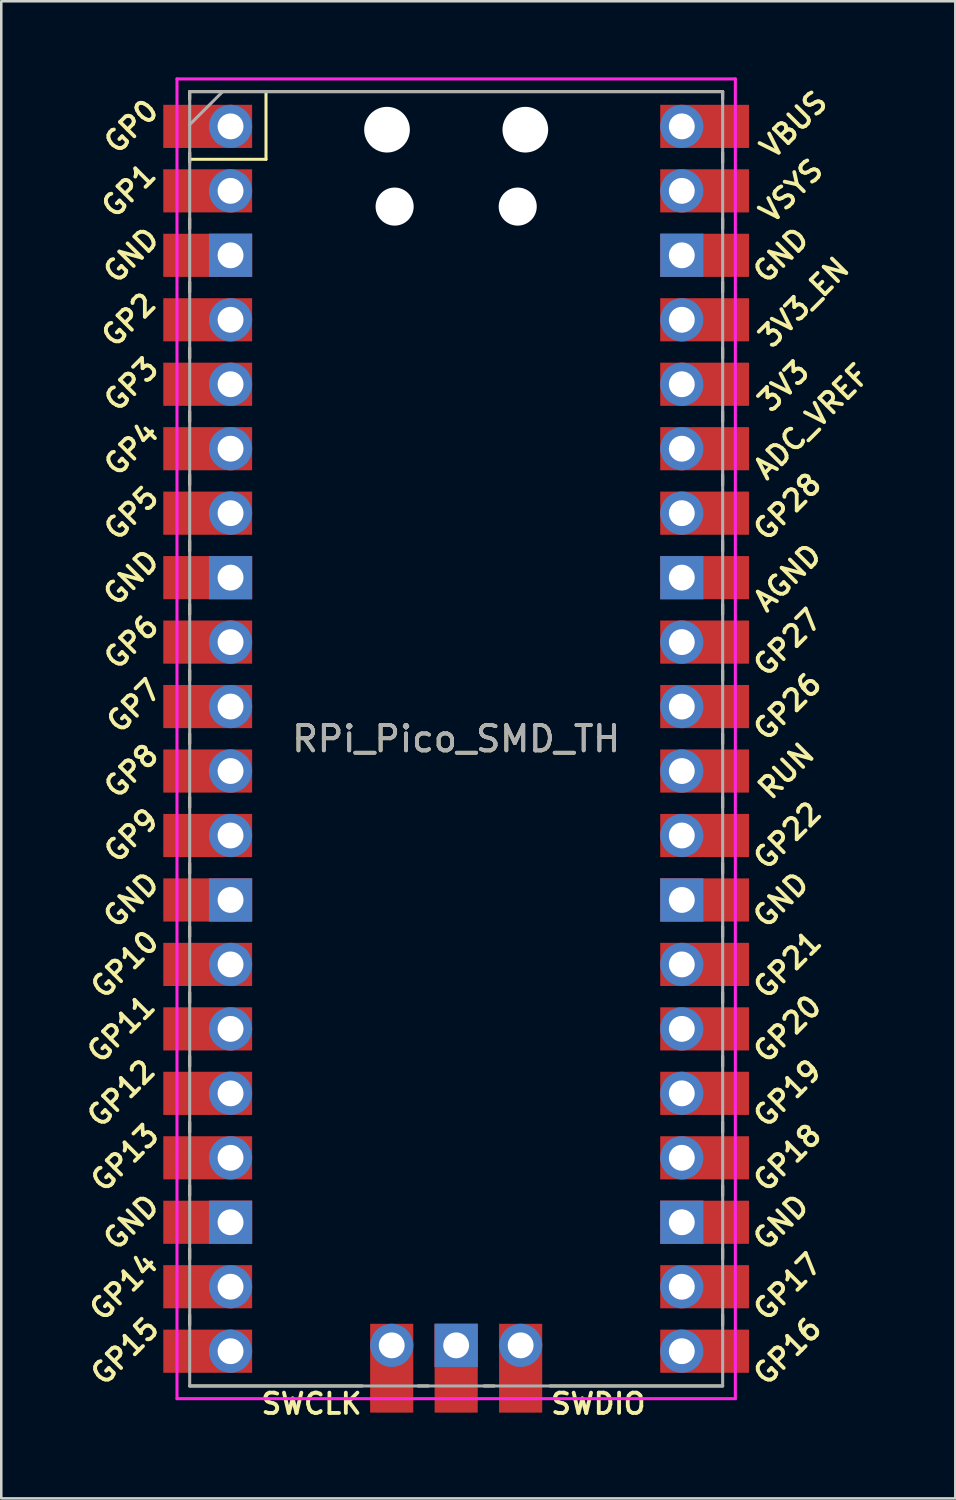
<source format=kicad_pcb>
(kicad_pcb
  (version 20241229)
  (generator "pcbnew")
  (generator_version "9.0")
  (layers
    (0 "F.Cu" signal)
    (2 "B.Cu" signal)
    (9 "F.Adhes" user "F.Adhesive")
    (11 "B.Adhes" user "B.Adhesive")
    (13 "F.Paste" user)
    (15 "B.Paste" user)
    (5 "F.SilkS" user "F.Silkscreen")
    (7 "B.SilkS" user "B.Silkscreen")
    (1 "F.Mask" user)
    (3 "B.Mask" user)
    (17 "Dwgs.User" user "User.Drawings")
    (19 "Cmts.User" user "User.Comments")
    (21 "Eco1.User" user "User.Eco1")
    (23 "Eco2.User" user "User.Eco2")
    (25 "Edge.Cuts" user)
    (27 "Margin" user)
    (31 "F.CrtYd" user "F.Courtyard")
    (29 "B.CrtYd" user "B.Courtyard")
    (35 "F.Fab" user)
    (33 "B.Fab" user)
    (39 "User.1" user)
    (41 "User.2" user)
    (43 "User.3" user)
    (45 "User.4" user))
  (footprint "RPi_Pico_SMD_TH"
    (layer "F.Cu")
    (at 14.924 26.06)
    (property "Reference" "RPi_Pico_SMD_TH" (at 0 0 0) (layer "F.SilkS") (effects (font (size 1 1) (thickness 0.15))))
    (attr through_hole)
    (fp_line (start -10.5 -25.5) (end -10.5 -25.2) (stroke (width 0.12) (type solid)) (layer "F.SilkS"))
    (fp_line (start -10.5 -25.5) (end 10.5 -25.5) (stroke (width 0.12) (type solid)) (layer "F.SilkS"))
    (fp_line (start -10.5 -23.1) (end -10.5 -22.7) (stroke (width 0.12) (type solid)) (layer "F.SilkS"))
    (fp_line (start -10.5 -22.833) (end -7.493 -22.833) (stroke (width 0.12) (type solid)) (layer "F.SilkS"))
    (fp_line (start -10.5 -20.5) (end -10.5 -20.1) (stroke (width 0.12) (type solid)) (layer "F.SilkS"))
    (fp_line (start -10.5 -18) (end -10.5 -17.6) (stroke (width 0.12) (type solid)) (layer "F.SilkS"))
    (fp_line (start -10.5 -15.4) (end -10.5 -15) (stroke (width 0.12) (type solid)) (layer "F.SilkS"))
    (fp_line (start -10.5 -12.9) (end -10.5 -12.5) (stroke (width 0.12) (type solid)) (layer "F.SilkS"))
    (fp_line (start -10.5 -10.4) (end -10.5 -10) (stroke (width 0.12) (type solid)) (layer "F.SilkS"))
    (fp_line (start -10.5 -7.8) (end -10.5 -7.4) (stroke (width 0.12) (type solid)) (layer "F.SilkS"))
    (fp_line (start -10.5 -5.3) (end -10.5 -4.9) (stroke (width 0.12) (type solid)) (layer "F.SilkS"))
    (fp_line (start -10.5 -2.7) (end -10.5 -2.3) (stroke (width 0.12) (type solid)) (layer "F.SilkS"))
    (fp_line (start -10.5 -0.2) (end -10.5 0.2) (stroke (width 0.12) (type solid)) (layer "F.SilkS"))
    (fp_line (start -10.5 2.3) (end -10.5 2.7) (stroke (width 0.12) (type solid)) (layer "F.SilkS"))
    (fp_line (start -10.5 4.9) (end -10.5 5.3) (stroke (width 0.12) (type solid)) (layer "F.SilkS"))
    (fp_line (start -10.5 7.4) (end -10.5 7.8) (stroke (width 0.12) (type solid)) (layer "F.SilkS"))
    (fp_line (start -10.5 10) (end -10.5 10.4) (stroke (width 0.12) (type solid)) (layer "F.SilkS"))
    (fp_line (start -10.5 12.5) (end -10.5 12.9) (stroke (width 0.12) (type solid)) (layer "F.SilkS"))
    (fp_line (start -10.5 15.1) (end -10.5 15.5) (stroke (width 0.12) (type solid)) (layer "F.SilkS"))
    (fp_line (start -10.5 17.6) (end -10.5 18) (stroke (width 0.12) (type solid)) (layer "F.SilkS"))
    (fp_line (start -10.5 20.1) (end -10.5 20.5) (stroke (width 0.12) (type solid)) (layer "F.SilkS"))
    (fp_line (start -10.5 22.7) (end -10.5 23.1) (stroke (width 0.12) (type solid)) (layer "F.SilkS"))
    (fp_line (start -7.493 -22.833) (end -7.493 -25.5) (stroke (width 0.12) (type solid)) (layer "F.SilkS"))
    (fp_line (start -3.7 25.5) (end -10.5 25.5) (stroke (width 0.12) (type solid)) (layer "F.SilkS"))
    (fp_line (start -1.5 25.5) (end -1.1 25.5) (stroke (width 0.12) (type solid)) (layer "F.SilkS"))
    (fp_line (start 1.1 25.5) (end 1.5 25.5) (stroke (width 0.12) (type solid)) (layer "F.SilkS"))
    (fp_line (start 10.5 -25.5) (end 10.5 -25.2) (stroke (width 0.12) (type solid)) (layer "F.SilkS"))
    (fp_line (start 10.5 -23.1) (end 10.5 -22.7) (stroke (width 0.12) (type solid)) (layer "F.SilkS"))
    (fp_line (start 10.5 -20.5) (end 10.5 -20.1) (stroke (width 0.12) (type solid)) (layer "F.SilkS"))
    (fp_line (start 10.5 -18) (end 10.5 -17.6) (stroke (width 0.12) (type solid)) (layer "F.SilkS"))
    (fp_line (start 10.5 -15.4) (end 10.5 -15) (stroke (width 0.12) (type solid)) (layer "F.SilkS"))
    (fp_line (start 10.5 -12.9) (end 10.5 -12.5) (stroke (width 0.12) (type solid)) (layer "F.SilkS"))
    (fp_line (start 10.5 -10.4) (end 10.5 -10) (stroke (width 0.12) (type solid)) (layer "F.SilkS"))
    (fp_line (start 10.5 -7.8) (end 10.5 -7.4) (stroke (width 0.12) (type solid)) (layer "F.SilkS"))
    (fp_line (start 10.5 -5.3) (end 10.5 -4.9) (stroke (width 0.12) (type solid)) (layer "F.SilkS"))
    (fp_line (start 10.5 -2.7) (end 10.5 -2.3) (stroke (width 0.12) (type solid)) (layer "F.SilkS"))
    (fp_line (start 10.5 -0.2) (end 10.5 0.2) (stroke (width 0.12) (type solid)) (layer "F.SilkS"))
    (fp_line (start 10.5 2.3) (end 10.5 2.7) (stroke (width 0.12) (type solid)) (layer "F.SilkS"))
    (fp_line (start 10.5 4.9) (end 10.5 5.3) (stroke (width 0.12) (type solid)) (layer "F.SilkS"))
    (fp_line (start 10.5 7.4) (end 10.5 7.8) (stroke (width 0.12) (type solid)) (layer "F.SilkS"))
    (fp_line (start 10.5 10) (end 10.5 10.4) (stroke (width 0.12) (type solid)) (layer "F.SilkS"))
    (fp_line (start 10.5 12.5) (end 10.5 12.9) (stroke (width 0.12) (type solid)) (layer "F.SilkS"))
    (fp_line (start 10.5 15.1) (end 10.5 15.5) (stroke (width 0.12) (type solid)) (layer "F.SilkS"))
    (fp_line (start 10.5 17.6) (end 10.5 18) (stroke (width 0.12) (type solid)) (layer "F.SilkS"))
    (fp_line (start 10.5 20.1) (end 10.5 20.5) (stroke (width 0.12) (type solid)) (layer "F.SilkS"))
    (fp_line (start 10.5 22.7) (end 10.5 23.1) (stroke (width 0.12) (type solid)) (layer "F.SilkS"))
    (fp_line (start 10.5 25.5) (end 3.7 25.5) (stroke (width 0.12) (type solid)) (layer "F.SilkS"))
    (fp_line (start -11 -26) (end 11 -26) (stroke (width 0.12) (type solid)) (layer "F.CrtYd"))
    (fp_line (start -11 26) (end -11 -26) (stroke (width 0.12) (type solid)) (layer "F.CrtYd"))
    (fp_line (start 11 -26) (end 11 26) (stroke (width 0.12) (type solid)) (layer "F.CrtYd"))
    (fp_line (start 11 26) (end -11 26) (stroke (width 0.12) (type solid)) (layer "F.CrtYd"))
    (fp_line (start -10.5 -25.5) (end 10.5 -25.5) (stroke (width 0.12) (type solid)) (layer "F.Fab"))
    (fp_line (start -10.5 -24.2) (end -9.2 -25.5) (stroke (width 0.12) (type solid)) (layer "F.Fab"))
    (fp_line (start -10.5 25.5) (end -10.5 -25.5) (stroke (width 0.12) (type solid)) (layer "F.Fab"))
    (fp_line (start 10.5 -25.5) (end 10.5 25.5) (stroke (width 0.12) (type solid)) (layer "F.Fab"))
    (fp_line (start 10.5 25.5) (end -10.5 25.5) (stroke (width 0.12) (type solid)) (layer "F.Fab"))
    (fp_text user "GP8" (at -12.8 1.27 45) (layer "F.SilkS") (effects (font (size 0.8 0.8) (thickness 0.15))))
    (fp_text user "GND" (at -12.8 6.35 45) (layer "F.SilkS") (effects (font (size 0.8 0.8) (thickness 0.15))))
    (fp_text user "GP1" (at -12.9 -21.6 45) (layer "F.SilkS") (effects (font (size 0.8 0.8) (thickness 0.15))))
    (fp_text user "3V3_EN" (at 13.7 -17.2 45) (layer "F.SilkS") (effects (font (size 0.8 0.8) (thickness 0.15))))
    (fp_text user "GP10" (at -13.054 8.89 45) (layer "F.SilkS") (effects (font (size 0.8 0.8) (thickness 0.15))))
    (fp_text user "SWCLK" (at -5.7 26.2 0) (layer "F.SilkS") (effects (font (size 0.8 0.8) (thickness 0.15))))
    (fp_text user "VSYS" (at 13.2 -21.59 45) (layer "F.SilkS") (effects (font (size 0.8 0.8) (thickness 0.15))))
    (fp_text user "GP4" (at -12.8 -11.43 45) (layer "F.SilkS") (effects (font (size 0.8 0.8) (thickness 0.15))))
    (fp_text user "GND" (at -12.8 19.05 45) (layer "F.SilkS") (effects (font (size 0.8 0.8) (thickness 0.15))))
    (fp_text user "3V3" (at 12.9 -13.9 45) (layer "F.SilkS") (effects (font (size 0.8 0.8) (thickness 0.15))))
    (fp_text user "GP15" (at -13.054 24.13 45) (layer "F.SilkS") (effects (font (size 0.8 0.8) (thickness 0.15))))
    (fp_text user "GP22" (at 13.054 3.81 45) (layer "F.SilkS") (effects (font (size 0.8 0.8) (thickness 0.15))))
    (fp_text user "GP21" (at 13.054 8.9 45) (layer "F.SilkS") (effects (font (size 0.8 0.8) (thickness 0.15))))
    (fp_text user "VBUS" (at 13.3 -24.2 45) (layer "F.SilkS") (effects (font (size 0.8 0.8) (thickness 0.15))))
    (fp_text user "GP20" (at 13.054 11.43 45) (layer "F.SilkS") (effects (font (size 0.8 0.8) (thickness 0.15))))
    (fp_text user "GP27" (at 13.054 -3.8 45) (layer "F.SilkS") (effects (font (size 0.8 0.8) (thickness 0.15))))
    (fp_text user "GP2" (at -12.9 -16.51 45) (layer "F.SilkS") (effects (font (size 0.8 0.8) (thickness 0.15))))
    (fp_text user "GP3" (at -12.8 -13.97 45) (layer "F.SilkS") (effects (font (size 0.8 0.8) (thickness 0.15))))
    (fp_text user "GND" (at -12.8 -19.05 45) (layer "F.SilkS") (effects (font (size 0.8 0.8) (thickness 0.15))))
    (fp_text user "GND" (at 12.8 6.35 45) (layer "F.SilkS") (effects (font (size 0.8 0.8) (thickness 0.15))))
    (fp_text user "GP16" (at 13.054 24.13 45) (layer "F.SilkS") (effects (font (size 0.8 0.8) (thickness 0.15))))
    (fp_text user "GND" (at 12.8 -19.05 45) (layer "F.SilkS") (effects (font (size 0.8 0.8) (thickness 0.15))))
    (fp_text user "SWDIO" (at 5.6 26.2 0) (layer "F.SilkS") (effects (font (size 0.8 0.8) (thickness 0.15))))
    (fp_text user "GP12" (at -13.2 13.97 45) (layer "F.SilkS") (effects (font (size 0.8 0.8) (thickness 0.15))))
    (fp_text user "AGND" (at 13.054 -6.35 45) (layer "F.SilkS") (effects (font (size 0.8 0.8) (thickness 0.15))))
    (fp_text user "GP11" (at -13.2 11.43 45) (layer "F.SilkS") (effects (font (size 0.8 0.8) (thickness 0.15))))
    (fp_text user "GND" (at 12.8 19.05 45) (layer "F.SilkS") (effects (font (size 0.8 0.8) (thickness 0.15))))
    (fp_text user "RUN" (at 13 1.27 45) (layer "F.SilkS") (effects (font (size 0.8 0.8) (thickness 0.15))))
    (fp_text user "GP17" (at 13.054 21.59 45) (layer "F.SilkS") (effects (font (size 0.8 0.8) (thickness 0.15))))
    (fp_text user "GP9" (at -12.8 3.81 45) (layer "F.SilkS") (effects (font (size 0.8 0.8) (thickness 0.15))))
    (fp_text user "GND" (at -12.8 -6.35 45) (layer "F.SilkS") (effects (font (size 0.8 0.8) (thickness 0.15))))
    (fp_text user "GP6" (at -12.8 -3.81 45) (layer "F.SilkS") (effects (font (size 0.8 0.8) (thickness 0.15))))
    (fp_text user "GP19" (at 13.054 13.97 45) (layer "F.SilkS") (effects (font (size 0.8 0.8) (thickness 0.15))))
    (fp_text user "GP18" (at 13.054 16.51 45) (layer "F.SilkS") (effects (font (size 0.8 0.8) (thickness 0.15))))
    (fp_text user "GP7" (at -12.7 -1.3 45) (layer "F.SilkS") (effects (font (size 0.8 0.8) (thickness 0.15))))
    (fp_text user "GP13" (at -13.054 16.51 45) (layer "F.SilkS") (effects (font (size 0.8 0.8) (thickness 0.15))))
    (fp_text user "GP28" (at 13.054 -9.144 45) (layer "F.SilkS") (effects (font (size 0.8 0.8) (thickness 0.15))))
    (fp_text user "ADC_VREF" (at 14 -12.5 45) (layer "F.SilkS") (effects (font (size 0.8 0.8) (thickness 0.15))))
    (fp_text user "GP14" (at -13.1 21.59 45) (layer "F.SilkS") (effects (font (size 0.8 0.8) (thickness 0.15))))
    (fp_text user "GP26" (at 13.054 -1.27 45) (layer "F.SilkS") (effects (font (size 0.8 0.8) (thickness 0.15))))
    (fp_text user "GP0" (at -12.8 -24.13 45) (layer "F.SilkS") (effects (font (size 0.8 0.8) (thickness 0.15))))
    (fp_text user "GP5" (at -12.8 -8.89 45) (layer "F.SilkS") (effects (font (size 0.8 0.8) (thickness 0.15))))
    (fp_text user "${REFERENCE}" (at 0 0 180) (layer "F.Fab") (effects (font (size 1 1) (thickness 0.15))))
    (pad "" np_thru_hole circle (at -2.725 -24) (size 1.8 1.8) (drill 1.8) (layers "*.Cu" "*.Mask"))
    (pad "" np_thru_hole circle (at -2.425 -20.97) (size 1.5 1.5) (drill 1.5) (layers "*.Cu" "*.Mask"))
    (pad "" np_thru_hole circle (at 2.425 -20.97) (size 1.5 1.5) (drill 1.5) (layers "*.Cu" "*.Mask"))
    (pad "" np_thru_hole circle (at 2.725 -24) (size 1.8 1.8) (drill 1.8) (layers "*.Cu" "*.Mask"))
    (pad "1" thru_hole oval (at -8.89 -24.13) (size 1.7 1.7) (drill 1.02) (layers "*.Cu" "*.Mask"))
    (pad "1" smd rect (at -8.89 -24.13) (size 3.5 1.7) (drill (offset -0.9 0)) (layers "F.Cu" "F.Mask"))
    (pad "2" thru_hole oval (at -8.89 -21.59) (size 1.7 1.7) (drill 1.02) (layers "*.Cu" "*.Mask"))
    (pad "2" smd rect (at -8.89 -21.59) (size 3.5 1.7) (drill (offset -0.9 0)) (layers "F.Cu" "F.Mask"))
    (pad "3" thru_hole rect (at -8.89 -19.05) (size 1.7 1.7) (drill 1.02) (layers "*.Cu" "*.Mask"))
    (pad "3" smd rect (at -8.89 -19.05) (size 3.5 1.7) (drill (offset -0.9 0)) (layers "F.Cu" "F.Mask"))
    (pad "4" thru_hole oval (at -8.89 -16.51) (size 1.7 1.7) (drill 1.02) (layers "*.Cu" "*.Mask"))
    (pad "4" smd rect (at -8.89 -16.51) (size 3.5 1.7) (drill (offset -0.9 0)) (layers "F.Cu" "F.Mask"))
    (pad "5" thru_hole oval (at -8.89 -13.97) (size 1.7 1.7) (drill 1.02) (layers "*.Cu" "*.Mask"))
    (pad "5" smd rect (at -8.89 -13.97) (size 3.5 1.7) (drill (offset -0.9 0)) (layers "F.Cu" "F.Mask"))
    (pad "6" thru_hole oval (at -8.89 -11.43) (size 1.7 1.7) (drill 1.02) (layers "*.Cu" "*.Mask"))
    (pad "6" smd rect (at -8.89 -11.43) (size 3.5 1.7) (drill (offset -0.9 0)) (layers "F.Cu" "F.Mask"))
    (pad "7" thru_hole oval (at -8.89 -8.89) (size 1.7 1.7) (drill 1.02) (layers "*.Cu" "*.Mask"))
    (pad "7" smd rect (at -8.89 -8.89) (size 3.5 1.7) (drill (offset -0.9 0)) (layers "F.Cu" "F.Mask"))
    (pad "8" thru_hole rect (at -8.89 -6.35) (size 1.7 1.7) (drill 1.02) (layers "*.Cu" "*.Mask"))
    (pad "8" smd rect (at -8.89 -6.35) (size 3.5 1.7) (drill (offset -0.9 0)) (layers "F.Cu" "F.Mask"))
    (pad "9" thru_hole oval (at -8.89 -3.81) (size 1.7 1.7) (drill 1.02) (layers "*.Cu" "*.Mask"))
    (pad "9" smd rect (at -8.89 -3.81) (size 3.5 1.7) (drill (offset -0.9 0)) (layers "F.Cu" "F.Mask"))
    (pad "10" thru_hole oval (at -8.89 -1.27) (size 1.7 1.7) (drill 1.02) (layers "*.Cu" "*.Mask"))
    (pad "10" smd rect (at -8.89 -1.27) (size 3.5 1.7) (drill (offset -0.9 0)) (layers "F.Cu" "F.Mask"))
    (pad "11" thru_hole oval (at -8.89 1.27) (size 1.7 1.7) (drill 1.02) (layers "*.Cu" "*.Mask"))
    (pad "11" smd rect (at -8.89 1.27) (size 3.5 1.7) (drill (offset -0.9 0)) (layers "F.Cu" "F.Mask"))
    (pad "12" thru_hole oval (at -8.89 3.81) (size 1.7 1.7) (drill 1.02) (layers "*.Cu" "*.Mask"))
    (pad "12" smd rect (at -8.89 3.81) (size 3.5 1.7) (drill (offset -0.9 0)) (layers "F.Cu" "F.Mask"))
    (pad "13" thru_hole rect (at -8.89 6.35) (size 1.7 1.7) (drill 1.02) (layers "*.Cu" "*.Mask"))
    (pad "13" smd rect (at -8.89 6.35) (size 3.5 1.7) (drill (offset -0.9 0)) (layers "F.Cu" "F.Mask"))
    (pad "14" thru_hole oval (at -8.89 8.89) (size 1.7 1.7) (drill 1.02) (layers "*.Cu" "*.Mask"))
    (pad "14" smd rect (at -8.89 8.89) (size 3.5 1.7) (drill (offset -0.9 0)) (layers "F.Cu" "F.Mask"))
    (pad "15" thru_hole oval (at -8.89 11.43) (size 1.7 1.7) (drill 1.02) (layers "*.Cu" "*.Mask"))
    (pad "15" smd rect (at -8.89 11.43) (size 3.5 1.7) (drill (offset -0.9 0)) (layers "F.Cu" "F.Mask"))
    (pad "16" thru_hole oval (at -8.89 13.97) (size 1.7 1.7) (drill 1.02) (layers "*.Cu" "*.Mask"))
    (pad "16" smd rect (at -8.89 13.97) (size 3.5 1.7) (drill (offset -0.9 0)) (layers "F.Cu" "F.Mask"))
    (pad "17" thru_hole oval (at -8.89 16.51) (size 1.7 1.7) (drill 1.02) (layers "*.Cu" "*.Mask"))
    (pad "17" smd rect (at -8.89 16.51) (size 3.5 1.7) (drill (offset -0.9 0)) (layers "F.Cu" "F.Mask"))
    (pad "18" thru_hole rect (at -8.89 19.05) (size 1.7 1.7) (drill 1.02) (layers "*.Cu" "*.Mask"))
    (pad "18" smd rect (at -8.89 19.05) (size 3.5 1.7) (drill (offset -0.9 0)) (layers "F.Cu" "F.Mask"))
    (pad "19" thru_hole oval (at -8.89 21.59) (size 1.7 1.7) (drill 1.02) (layers "*.Cu" "*.Mask"))
    (pad "19" smd rect (at -8.89 21.59) (size 3.5 1.7) (drill (offset -0.9 0)) (layers "F.Cu" "F.Mask"))
    (pad "20" thru_hole oval (at -8.89 24.13) (size 1.7 1.7) (drill 1.02) (layers "*.Cu" "*.Mask"))
    (pad "20" smd rect (at -8.89 24.13) (size 3.5 1.7) (drill (offset -0.9 0)) (layers "F.Cu" "F.Mask"))
    (pad "21" thru_hole oval (at 8.89 24.13) (size 1.7 1.7) (drill 1.02) (layers "*.Cu" "*.Mask"))
    (pad "21" smd rect (at 8.89 24.13) (size 3.5 1.7) (drill (offset 0.9 0)) (layers "F.Cu" "F.Mask"))
    (pad "22" thru_hole oval (at 8.89 21.59) (size 1.7 1.7) (drill 1.02) (layers "*.Cu" "*.Mask"))
    (pad "22" smd rect (at 8.89 21.59) (size 3.5 1.7) (drill (offset 0.9 0)) (layers "F.Cu" "F.Mask"))
    (pad "23" thru_hole rect (at 8.89 19.05) (size 1.7 1.7) (drill 1.02) (layers "*.Cu" "*.Mask"))
    (pad "23" smd rect (at 8.89 19.05) (size 3.5 1.7) (drill (offset 0.9 0)) (layers "F.Cu" "F.Mask"))
    (pad "24" thru_hole oval (at 8.89 16.51) (size 1.7 1.7) (drill 1.02) (layers "*.Cu" "*.Mask"))
    (pad "24" smd rect (at 8.89 16.51) (size 3.5 1.7) (drill (offset 0.9 0)) (layers "F.Cu" "F.Mask"))
    (pad "25" thru_hole oval (at 8.89 13.97) (size 1.7 1.7) (drill 1.02) (layers "*.Cu" "*.Mask"))
    (pad "25" smd rect (at 8.89 13.97) (size 3.5 1.7) (drill (offset 0.9 0)) (layers "F.Cu" "F.Mask"))
    (pad "26" thru_hole oval (at 8.89 11.43) (size 1.7 1.7) (drill 1.02) (layers "*.Cu" "*.Mask"))
    (pad "26" smd rect (at 8.89 11.43) (size 3.5 1.7) (drill (offset 0.9 0)) (layers "F.Cu" "F.Mask"))
    (pad "27" thru_hole oval (at 8.89 8.89) (size 1.7 1.7) (drill 1.02) (layers "*.Cu" "*.Mask"))
    (pad "27" smd rect (at 8.89 8.89) (size 3.5 1.7) (drill (offset 0.9 0)) (layers "F.Cu" "F.Mask"))
    (pad "28" thru_hole rect (at 8.89 6.35) (size 1.7 1.7) (drill 1.02) (layers "*.Cu" "*.Mask"))
    (pad "28" smd rect (at 8.89 6.35) (size 3.5 1.7) (drill (offset 0.9 0)) (layers "F.Cu" "F.Mask"))
    (pad "29" thru_hole oval (at 8.89 3.81) (size 1.7 1.7) (drill 1.02) (layers "*.Cu" "*.Mask"))
    (pad "29" smd rect (at 8.89 3.81) (size 3.5 1.7) (drill (offset 0.9 0)) (layers "F.Cu" "F.Mask"))
    (pad "30" thru_hole oval (at 8.89 1.27) (size 1.7 1.7) (drill 1.02) (layers "*.Cu" "*.Mask"))
    (pad "30" smd rect (at 8.89 1.27) (size 3.5 1.7) (drill (offset 0.9 0)) (layers "F.Cu" "F.Mask"))
    (pad "31" thru_hole oval (at 8.89 -1.27) (size 1.7 1.7) (drill 1.02) (layers "*.Cu" "*.Mask"))
    (pad "31" smd rect (at 8.89 -1.27) (size 3.5 1.7) (drill (offset 0.9 0)) (layers "F.Cu" "F.Mask"))
    (pad "32" thru_hole oval (at 8.89 -3.81) (size 1.7 1.7) (drill 1.02) (layers "*.Cu" "*.Mask"))
    (pad "32" smd rect (at 8.89 -3.81) (size 3.5 1.7) (drill (offset 0.9 0)) (layers "F.Cu" "F.Mask"))
    (pad "33" thru_hole rect (at 8.89 -6.35) (size 1.7 1.7) (drill 1.02) (layers "*.Cu" "*.Mask"))
    (pad "33" smd rect (at 8.89 -6.35) (size 3.5 1.7) (drill (offset 0.9 0)) (layers "F.Cu" "F.Mask"))
    (pad "34" thru_hole oval (at 8.89 -8.89) (size 1.7 1.7) (drill 1.02) (layers "*.Cu" "*.Mask"))
    (pad "34" smd rect (at 8.89 -8.89) (size 3.5 1.7) (drill (offset 0.9 0)) (layers "F.Cu" "F.Mask"))
    (pad "35" thru_hole oval (at 8.89 -11.43) (size 1.7 1.7) (drill 1.02) (layers "*.Cu" "*.Mask"))
    (pad "35" smd rect (at 8.89 -11.43) (size 3.5 1.7) (drill (offset 0.9 0)) (layers "F.Cu" "F.Mask"))
    (pad "36" thru_hole oval (at 8.89 -13.97) (size 1.7 1.7) (drill 1.02) (layers "*.Cu" "*.Mask"))
    (pad "36" smd rect (at 8.89 -13.97) (size 3.5 1.7) (drill (offset 0.9 0)) (layers "F.Cu" "F.Mask"))
    (pad "37" thru_hole oval (at 8.89 -16.51) (size 1.7 1.7) (drill 1.02) (layers "*.Cu" "*.Mask"))
    (pad "37" smd rect (at 8.89 -16.51) (size 3.5 1.7) (drill (offset 0.9 0)) (layers "F.Cu" "F.Mask"))
    (pad "38" thru_hole rect (at 8.89 -19.05) (size 1.7 1.7) (drill 1.02) (layers "*.Cu" "*.Mask"))
    (pad "38" smd rect (at 8.89 -19.05) (size 3.5 1.7) (drill (offset 0.9 0)) (layers "F.Cu" "F.Mask"))
    (pad "39" thru_hole oval (at 8.89 -21.59) (size 1.7 1.7) (drill 1.02) (layers "*.Cu" "*.Mask"))
    (pad "39" smd rect (at 8.89 -21.59) (size 3.5 1.7) (drill (offset 0.9 0)) (layers "F.Cu" "F.Mask"))
    (pad "40" thru_hole oval (at 8.89 -24.13) (size 1.7 1.7) (drill 1.02) (layers "*.Cu" "*.Mask"))
    (pad "40" smd rect (at 8.89 -24.13) (size 3.5 1.7) (drill (offset 0.9 0)) (layers "F.Cu" "F.Mask"))
    (pad "41" thru_hole oval (at -2.54 23.9) (size 1.7 1.7) (drill 1.02) (layers "*.Cu" "*.Mask"))
    (pad "41" smd rect (at -2.54 23.9 90) (size 3.5 1.7) (drill (offset -0.9 0)) (layers "F.Cu" "F.Mask"))
    (pad "42" thru_hole rect (at 0 23.9) (size 1.7 1.7) (drill 1.02) (layers "*.Cu" "*.Mask"))
    (pad "42" smd rect (at 0 23.9 90) (size 3.5 1.7) (drill (offset -0.9 0)) (layers "F.Cu" "F.Mask"))
    (pad "43" thru_hole oval (at 2.54 23.9) (size 1.7 1.7) (drill 1.02) (layers "*.Cu" "*.Mask"))
    (pad "43" smd rect (at 2.54 23.9 90) (size 3.5 1.7) (drill (offset -0.9 0)) (layers "F.Cu" "F.Mask"))
    (zone (net_name "") (layer "F.Cu") (hatch edge 0.508) (connect_pads) (min_thickness 0.254) (filled_areas_thickness no) (keepout (tracks not_allowed) (vias not_allowed) (pads not_allowed) (copperpour not_allowed) (footprints allowed)) (placement (enabled no)) (fill) (polygon (pts (xy 13.424 9.56) (xy 11.424 9.56) (xy 11.424 7.56) (xy 13.424 7.56))))
    (zone (net_name "") (layer "F.Cu") (hatch edge 0.508) (connect_pads) (min_thickness 0.254) (filled_areas_thickness no) (keepout (tracks not_allowed) (vias not_allowed) (pads not_allowed) (copperpour not_allowed) (footprints allowed)) (placement (enabled no)) (fill) (polygon (pts (xy 13.424 12.06) (xy 11.424 12.06) (xy 11.424 10.06) (xy 13.424 10.06))))
    (zone (net_name "") (layer "F.Cu") (hatch edge 0.508) (connect_pads) (min_thickness 0.254) (filled_areas_thickness no) (keepout (tracks not_allowed) (vias not_allowed) (pads not_allowed) (copperpour not_allowed) (footprints allowed)) (placement (enabled no)) (fill) (polygon (pts (xy 13.424 14.56) (xy 11.424 14.56) (xy 11.424 12.56) (xy 13.424 12.56))))
    (zone (net_name "") (layer "F.Cu") (hatch edge 0.508) (connect_pads) (min_thickness 0.254) (filled_areas_thickness no) (keepout (tracks not_allowed) (vias not_allowed) (pads allowed) (copperpour not_allowed) (footprints allowed)) (placement (enabled no)) (fill) (polygon (pts (xy 18.624 5.86) (xy 11.224 5.86) (xy 11.224 1.16) (xy 18.624 1.16)))))
  (gr_rect
    (start -3 -3)
    (end 34.591 55.991)
    (stroke (width 0.1) (type default))
    (fill no)
    (layer "Edge.Cuts")))
</source>
